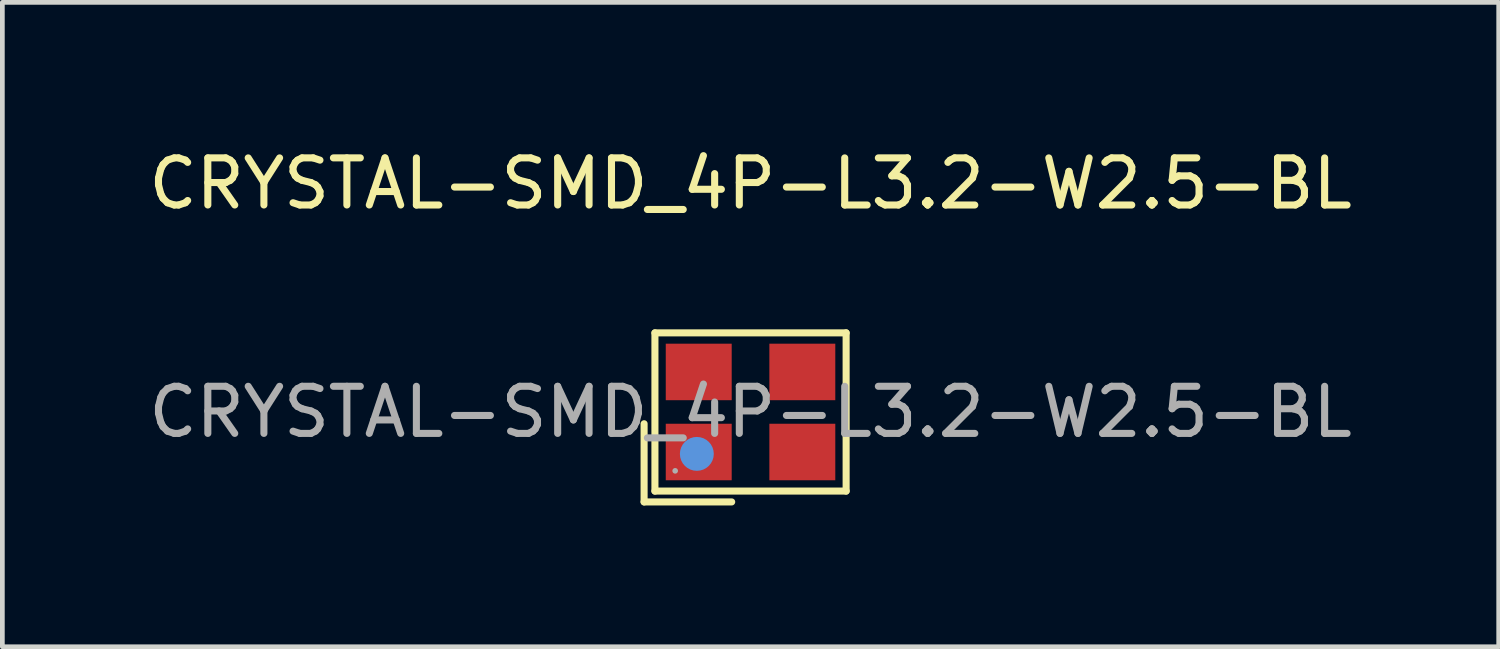
<source format=kicad_pcb>
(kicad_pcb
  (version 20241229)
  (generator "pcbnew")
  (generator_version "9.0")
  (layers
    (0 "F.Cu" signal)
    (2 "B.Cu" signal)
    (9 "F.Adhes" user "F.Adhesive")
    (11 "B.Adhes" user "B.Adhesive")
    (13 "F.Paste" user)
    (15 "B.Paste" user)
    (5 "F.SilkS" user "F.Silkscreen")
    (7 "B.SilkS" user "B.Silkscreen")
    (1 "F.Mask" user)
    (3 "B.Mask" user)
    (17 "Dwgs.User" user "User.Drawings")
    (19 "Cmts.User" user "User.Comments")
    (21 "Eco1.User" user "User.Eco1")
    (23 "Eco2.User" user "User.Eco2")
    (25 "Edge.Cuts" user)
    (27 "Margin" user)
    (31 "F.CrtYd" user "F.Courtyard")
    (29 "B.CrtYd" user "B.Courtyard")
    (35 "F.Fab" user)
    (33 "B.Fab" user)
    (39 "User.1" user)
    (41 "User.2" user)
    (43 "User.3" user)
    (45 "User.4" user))
  (footprint "CRYSTAL-SMD_4P-L3.2-W2.5-BL"
    (layer "F.Cu")
    (at 12.887 5.698)
    (property "Reference" "CRYSTAL-SMD_4P-L3.2-W2.5-BL" (at 0 -4.85 0) (layer "F.SilkS") (effects (font (size 1 1) (thickness 0.15))))
    (attr smd)
    (fp_line (start -2.26 0.25) (end -2.26 1.91) (stroke (width 0.15) (type solid)) (layer "F.SilkS"))
    (fp_line (start -2.26 1.91) (end -0.4 1.91) (stroke (width 0.15) (type solid)) (layer "F.SilkS"))
    (fp_line (start -2.03 -1.68) (end 2.03 -1.68) (stroke (width 0.15) (type solid)) (layer "F.SilkS"))
    (fp_line (start -2.03 1.68) (end -2.03 -1.68) (stroke (width 0.15) (type solid)) (layer "F.SilkS"))
    (fp_line (start 2.03 -1.68) (end 2.03 1.68) (stroke (width 0.15) (type solid)) (layer "F.SilkS"))
    (fp_line (start 2.03 1.68) (end -2.03 1.68) (stroke (width 0.15) (type solid)) (layer "F.SilkS"))
    (fp_circle (center -1.14 0.89) (end -0.96 0.89) (stroke (width 0.36) (type solid)) (fill no) (layer "Cmts.User"))
    (fp_circle (center -1.6 1.25) (end -1.57 1.25) (stroke (width 0.06) (type solid)) (fill no) (layer "F.Fab"))
    (fp_text user "${REFERENCE}" (at 0 0 0) (layer "F.Fab") (effects (font (size 1 1) (thickness 0.15))))
    (pad "1" smd rect (at -1.1 0.85) (size 1.4 1.2) (layers "F.Cu" "F.Mask" "F.Paste"))
    (pad "2" smd rect (at 1.1 0.85) (size 1.4 1.2) (layers "F.Cu" "F.Mask" "F.Paste"))
    (pad "3" smd rect (at 1.1 -0.85) (size 1.4 1.2) (layers "F.Cu" "F.Mask" "F.Paste"))
    (pad "4" smd rect (at -1.1 -0.85) (size 1.4 1.2) (layers "F.Cu" "F.Mask" "F.Paste")))
  (gr_rect
    (start -3 -3)
    (end 28.774 10.683)
    (stroke (width 0.1) (type default))
    (fill no)
    (layer "Edge.Cuts")))
</source>
